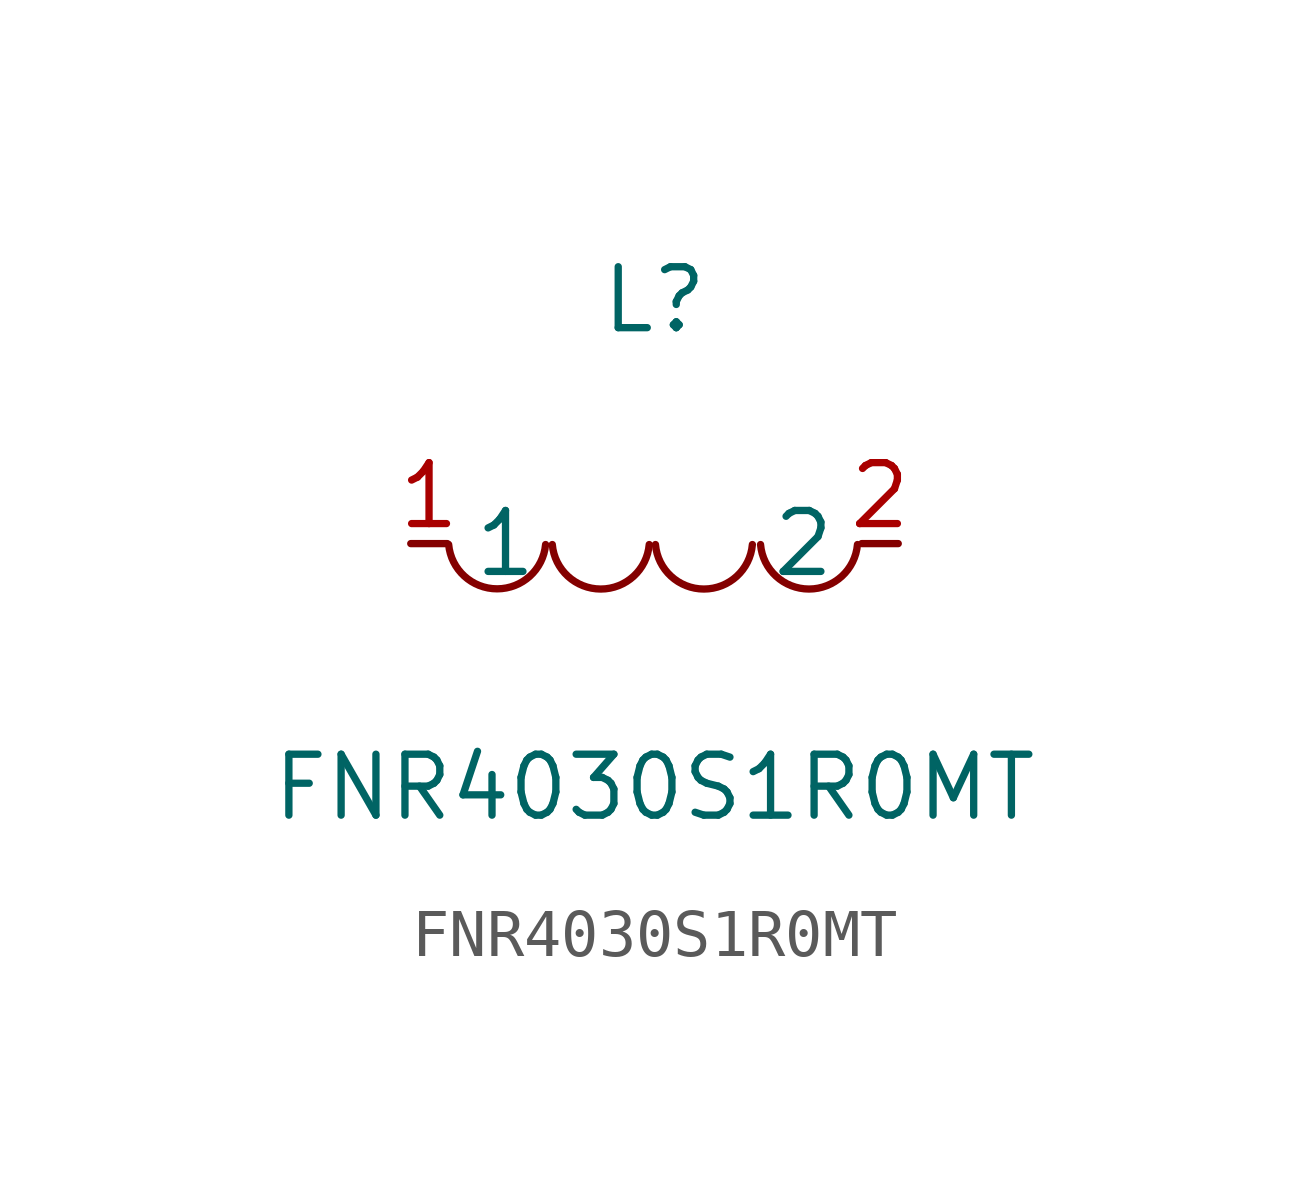
<source format=kicad_sym>
(kicad_symbol_lib
  (version 1)
  (generator "faebryk")
  (symbol "FNR4030S1R0MT"
    (property "Reference" "L"
      (at 0 5.08 0)
      (effects (font (size 1.27 1.27)) (hide no)))
    (property "Value" "FNR4030S1R0MT"
      (at 0 -5.08 0)
      (effects (font (size 1.27 1.27)) (hide no)))
    (symbol "FNR4030S1R0MT_0_1"
      (arc (start -4.29 -0.02) (mid -2.81 -1.01) (end -2.27 -0.02) (stroke (width 0) (type default) (color 0 0 0 0)) (fill (type none)))
      (arc (start -2.13 -0.02) (mid -0.66 -1.01) (end -0.11 -0.02) (stroke (width 0) (type default) (color 0 0 0 0)) (fill (type none)))
      (arc (start 0.02 -0.02) (mid 1.49 -1.01) (end 2.04 -0.02) (stroke (width 0) (type default) (color 0 0 0 0)) (fill (type none)))
      (arc (start 2.21 -0.02) (mid 3.68 -1.01) (end 4.23 -0.02) (stroke (width 0) (type default) (color 0 0 0 0)) (fill (type none)))
      (pin unspecified line (at 5.08 0 180) (length 0.762) (name "2" (effects (font (size 1.27 1.27)) (hide no))) (number "2" (effects (font (size 1.27 1.27)) (hide no))))
      (pin unspecified line (at -5.08 0 0) (length 0.762) (name "1" (effects (font (size 1.27 1.27)) (hide no))) (number "1" (effects (font (size 1.27 1.27)) (hide no)))))))
</source>
